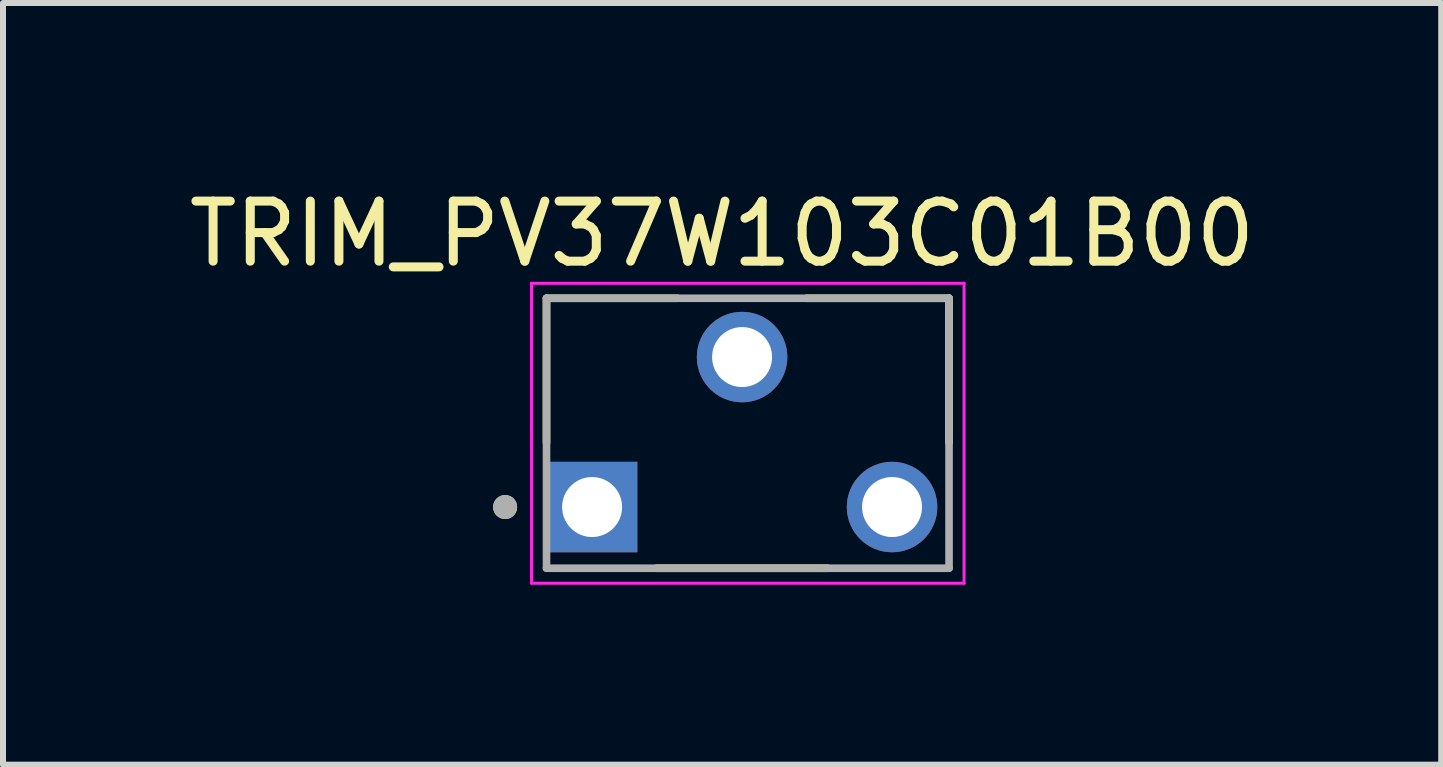
<source format=kicad_pcb>
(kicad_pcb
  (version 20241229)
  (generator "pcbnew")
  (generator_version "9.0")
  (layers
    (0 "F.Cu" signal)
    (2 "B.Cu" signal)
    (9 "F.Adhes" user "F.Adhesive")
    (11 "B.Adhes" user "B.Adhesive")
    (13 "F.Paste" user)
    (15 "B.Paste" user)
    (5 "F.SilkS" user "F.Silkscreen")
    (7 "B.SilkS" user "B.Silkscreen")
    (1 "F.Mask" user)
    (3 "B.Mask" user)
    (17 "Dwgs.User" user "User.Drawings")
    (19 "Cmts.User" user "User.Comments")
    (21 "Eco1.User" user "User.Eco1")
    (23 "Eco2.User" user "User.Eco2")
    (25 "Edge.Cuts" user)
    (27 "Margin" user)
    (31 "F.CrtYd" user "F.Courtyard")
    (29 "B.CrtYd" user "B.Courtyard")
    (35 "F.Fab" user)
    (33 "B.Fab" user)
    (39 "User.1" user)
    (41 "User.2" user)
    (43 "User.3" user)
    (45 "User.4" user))
  (footprint "TRIM_PV37W103C01B00"
    (layer "F.Cu")
    (at 9.32 4.172)
    (property "Reference" "TRIM_PV37W103C01B00" (at -0.333 -3.324 0) (layer "F.SilkS") (effects (font (size 1.001 1.001) (thickness 0.15))))
    (attr through_hole)
    (fp_line (start -3.26 -2.25) (end -1.074 -2.25) (stroke (width 0.127) (type solid)) (layer "F.SilkS"))
    (fp_line (start -3.26 0.156) (end -3.26 -2.25) (stroke (width 0.127) (type solid)) (layer "F.SilkS"))
    (fp_line (start -1.426 2.25) (end 1.426 2.25) (stroke (width 0.127) (type solid)) (layer "F.SilkS"))
    (fp_line (start 1.074 -2.25) (end 3.45 -2.25) (stroke (width 0.127) (type solid)) (layer "F.SilkS"))
    (fp_line (start 3.45 -2.25) (end 3.45 0.156) (stroke (width 0.127) (type solid)) (layer "F.SilkS"))
    (fp_circle (center -3.95 1.23) (end -3.85 1.23) (stroke (width 0.2) (type solid)) (fill no) (layer "F.SilkS"))
    (fp_line (start -3.51 -2.5) (end 3.7 -2.5) (stroke (width 0.05) (type solid)) (layer "F.CrtYd"))
    (fp_line (start -3.51 2.5) (end -3.51 -2.5) (stroke (width 0.05) (type solid)) (layer "F.CrtYd"))
    (fp_line (start 3.7 -2.5) (end 3.7 2.5) (stroke (width 0.05) (type solid)) (layer "F.CrtYd"))
    (fp_line (start 3.7 2.5) (end -3.51 2.5) (stroke (width 0.05) (type solid)) (layer "F.CrtYd"))
    (fp_line (start -3.26 -2.25) (end 3.45 -2.25) (stroke (width 0.127) (type solid)) (layer "F.Fab"))
    (fp_line (start -3.26 2.25) (end -3.26 -2.25) (stroke (width 0.127) (type solid)) (layer "F.Fab"))
    (fp_line (start 3.45 -2.25) (end 3.45 2.25) (stroke (width 0.127) (type solid)) (layer "F.Fab"))
    (fp_line (start 3.45 2.25) (end -3.26 2.25) (stroke (width 0.127) (type solid)) (layer "F.Fab"))
    (fp_circle (center -3.95 1.23) (end -3.85 1.23) (stroke (width 0.2) (type solid)) (fill no) (layer "F.Fab"))
    (pad "1" thru_hole rect (at -2.5 1.23) (size 1.508 1.508) (drill 1) (layers "*.Cu" "*.Mask"))
    (pad "2" thru_hole circle (at 0 -1.27) (size 1.508 1.508) (drill 1) (layers "*.Cu" "*.Mask"))
    (pad "3" thru_hole circle (at 2.5 1.23) (size 1.508 1.508) (drill 1) (layers "*.Cu" "*.Mask")))
  (gr_rect
    (start -3 -3)
    (end 20.974 9.697)
    (stroke (width 0.1) (type default))
    (fill no)
    (layer "Edge.Cuts")))
</source>
